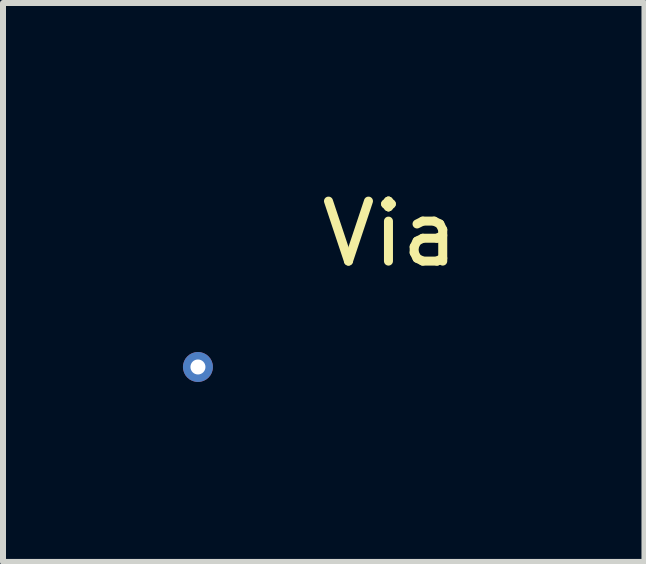
<source format=kicad_pcb>
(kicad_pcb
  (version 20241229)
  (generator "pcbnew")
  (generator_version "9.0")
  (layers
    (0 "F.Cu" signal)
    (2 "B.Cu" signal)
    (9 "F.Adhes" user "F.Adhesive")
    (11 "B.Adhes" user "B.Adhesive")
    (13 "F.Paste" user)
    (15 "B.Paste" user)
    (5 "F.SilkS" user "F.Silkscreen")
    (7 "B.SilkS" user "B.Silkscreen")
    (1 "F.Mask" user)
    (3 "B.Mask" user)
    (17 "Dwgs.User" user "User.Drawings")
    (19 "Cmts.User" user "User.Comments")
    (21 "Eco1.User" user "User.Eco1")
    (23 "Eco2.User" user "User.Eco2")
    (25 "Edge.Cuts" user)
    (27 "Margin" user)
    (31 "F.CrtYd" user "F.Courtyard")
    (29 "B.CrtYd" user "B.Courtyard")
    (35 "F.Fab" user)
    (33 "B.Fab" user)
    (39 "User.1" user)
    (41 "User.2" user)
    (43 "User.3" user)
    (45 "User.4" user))
  (footprint "Via"
    (layer "F.Cu")
    (at 3.45 0.348)
    (property "Reference" "Via" (at 0 0.5 0) (layer "F.SilkS") (effects (font (size 1 1) (thickness 0.15))))
    (attr through_hole)
    (pad "" thru_hole circle (at -3.2 2.72) (size 0.5 0.5) (drill 0.25) (layers "*.Cu")))
  (gr_rect
    (start -3 -3)
    (end 7.694 6.318)
    (stroke (width 0.1) (type default))
    (fill no)
    (layer "Edge.Cuts")))
</source>
